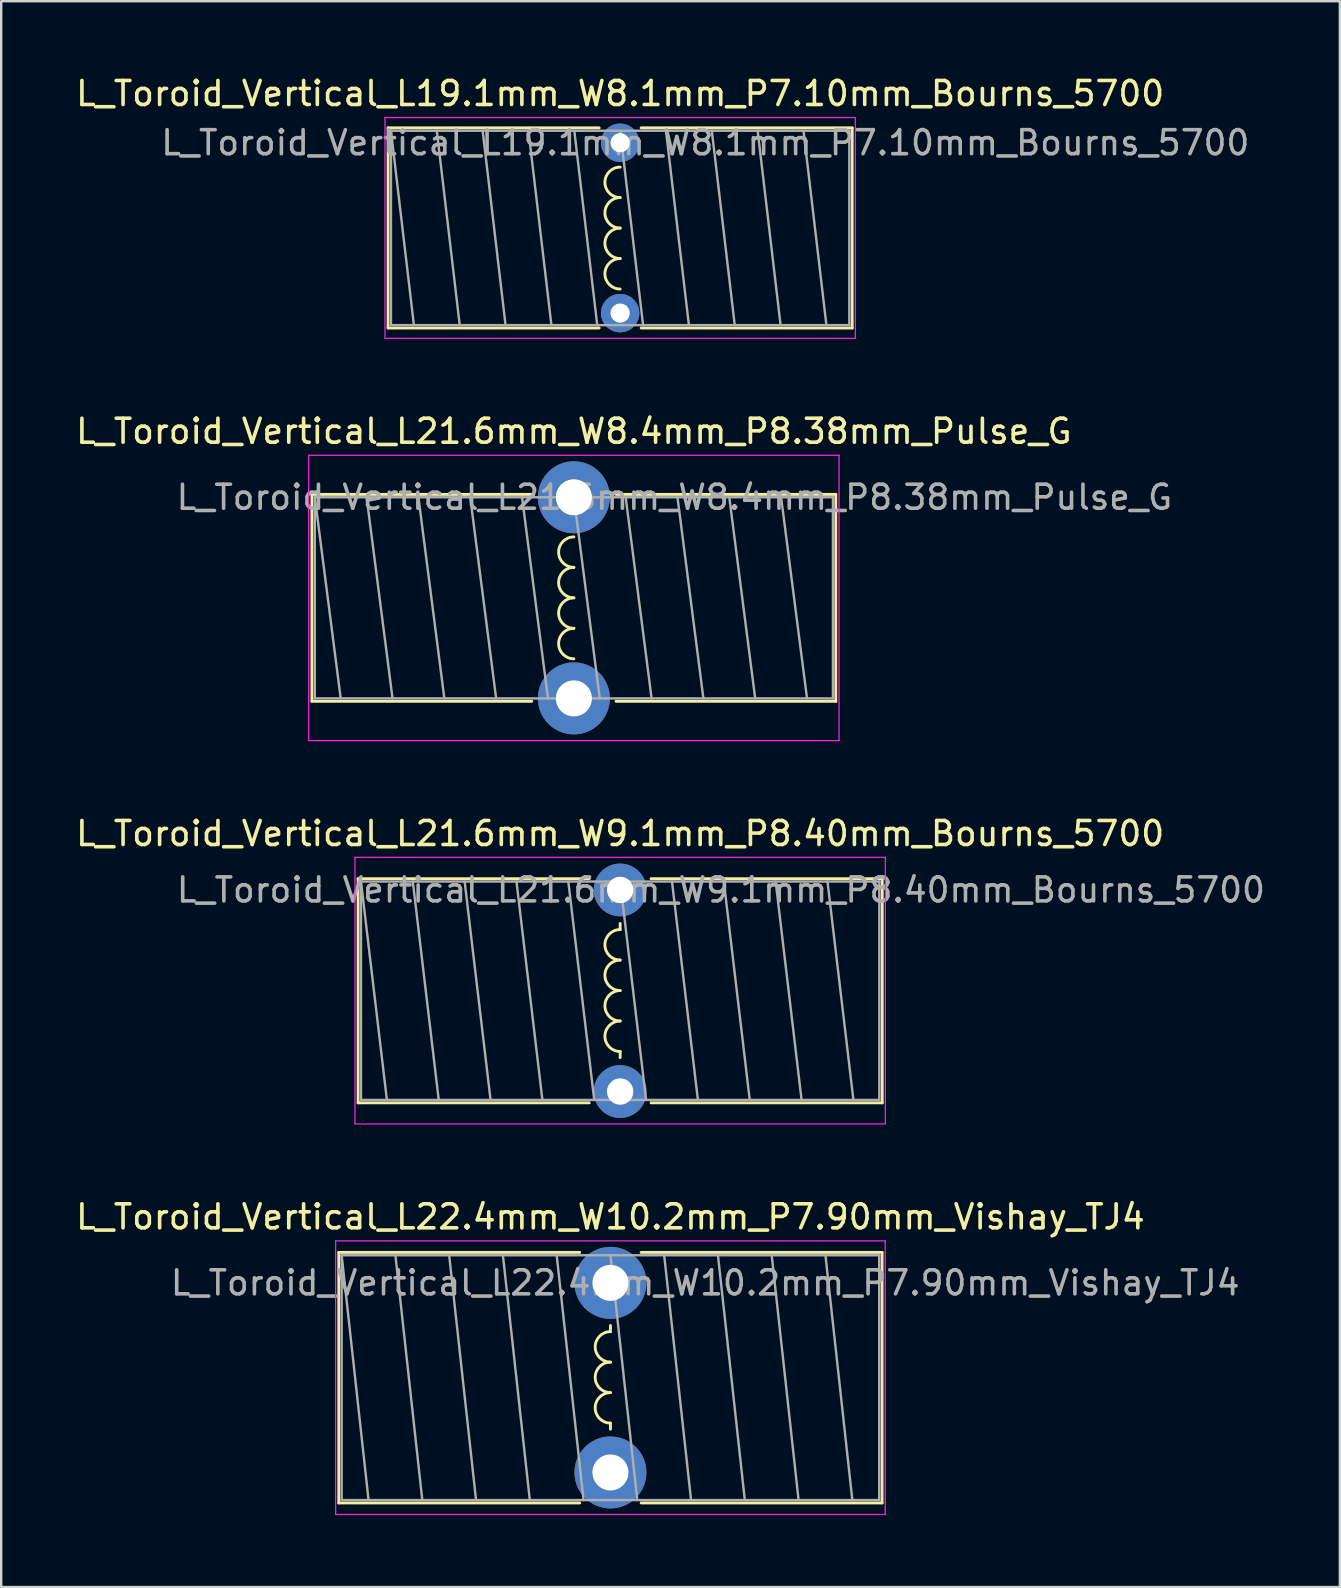
<source format=kicad_pcb>
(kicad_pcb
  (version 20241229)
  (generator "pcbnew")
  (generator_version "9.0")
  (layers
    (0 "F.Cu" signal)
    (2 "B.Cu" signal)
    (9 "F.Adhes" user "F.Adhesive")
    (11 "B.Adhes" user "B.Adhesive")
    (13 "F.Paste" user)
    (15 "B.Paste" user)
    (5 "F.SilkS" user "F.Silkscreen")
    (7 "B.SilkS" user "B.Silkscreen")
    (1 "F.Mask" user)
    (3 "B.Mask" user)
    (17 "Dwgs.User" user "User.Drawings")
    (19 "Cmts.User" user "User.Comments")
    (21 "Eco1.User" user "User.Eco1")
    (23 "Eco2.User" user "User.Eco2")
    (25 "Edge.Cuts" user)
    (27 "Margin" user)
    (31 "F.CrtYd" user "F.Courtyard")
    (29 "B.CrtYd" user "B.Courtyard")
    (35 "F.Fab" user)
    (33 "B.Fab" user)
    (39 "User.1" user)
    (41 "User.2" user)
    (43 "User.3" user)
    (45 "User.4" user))
  (footprint "L_Toroid_Vertical_L21.6mm_W9.1mm_P8.40mm_Bourns_5700"
    (layer "F.Cu")
    (at 22.792 34.035)
    (property "Reference" "L_Toroid_Vertical_L21.6mm_W9.1mm_P8.40mm_Bourns_5700" (at 0 -2.35 0) (layer "F.SilkS") (effects (font (size 1 1) (thickness 0.15))))
    (attr through_hole)
    (fp_line (start -10.92 -0.47) (end -10.92 8.87) (stroke (width 0.12) (type solid)) (layer "F.SilkS"))
    (fp_line (start -10.92 -0.47) (end -1.288 -0.47) (stroke (width 0.12) (type solid)) (layer "F.SilkS"))
    (fp_line (start -10.92 8.87) (end -1.288 8.87) (stroke (width 0.12) (type solid)) (layer "F.SilkS"))
    (fp_line (start 0 1.651) (end 0 1.397) (stroke (width 0.12) (type solid)) (layer "F.SilkS"))
    (fp_line (start 0 6.731) (end 0 6.985) (stroke (width 0.12) (type solid)) (layer "F.SilkS"))
    (fp_line (start 1.288 -0.47) (end 10.92 -0.47) (stroke (width 0.12) (type solid)) (layer "F.SilkS"))
    (fp_line (start 1.288 8.87) (end 10.92 8.87) (stroke (width 0.12) (type solid)) (layer "F.SilkS"))
    (fp_line (start 10.92 -0.47) (end 10.92 8.87) (stroke (width 0.12) (type solid)) (layer "F.SilkS"))
    (fp_arc (start 0 2.921) (mid -0.635 2.286) (end 0 1.651) (stroke (width 0.12) (type solid)) (layer "F.SilkS"))
    (fp_arc (start 0 4.191) (mid -0.635 3.556) (end 0 2.921) (stroke (width 0.12) (type solid)) (layer "F.SilkS"))
    (fp_arc (start 0 5.461) (mid -0.635 4.826) (end 0 4.191) (stroke (width 0.12) (type solid)) (layer "F.SilkS"))
    (fp_arc (start 0 6.731) (mid -0.635 6.096) (end 0 5.461) (stroke (width 0.12) (type solid)) (layer "F.SilkS"))
    (fp_line (start -11.05 -1.36) (end -11.05 9.75) (stroke (width 0.05) (type solid)) (layer "F.CrtYd"))
    (fp_line (start -11.05 9.75) (end 11.05 9.75) (stroke (width 0.05) (type solid)) (layer "F.CrtYd"))
    (fp_line (start 11.05 -1.36) (end -11.05 -1.36) (stroke (width 0.05) (type solid)) (layer "F.CrtYd"))
    (fp_line (start 11.05 9.75) (end 11.05 -1.36) (stroke (width 0.05) (type solid)) (layer "F.CrtYd"))
    (fp_line (start -10.8 -0.35) (end -10.8 8.75) (stroke (width 0.1) (type solid)) (layer "F.Fab"))
    (fp_line (start -10.8 -0.35) (end -9.72 8.75) (stroke (width 0.1) (type solid)) (layer "F.Fab"))
    (fp_line (start -10.8 8.75) (end 10.8 8.75) (stroke (width 0.1) (type solid)) (layer "F.Fab"))
    (fp_line (start -8.64 -0.35) (end -7.56 8.75) (stroke (width 0.1) (type solid)) (layer "F.Fab"))
    (fp_line (start -6.48 -0.35) (end -5.4 8.75) (stroke (width 0.1) (type solid)) (layer "F.Fab"))
    (fp_line (start -4.32 -0.35) (end -3.24 8.75) (stroke (width 0.1) (type solid)) (layer "F.Fab"))
    (fp_line (start -2.16 -0.35) (end -1.08 8.75) (stroke (width 0.1) (type solid)) (layer "F.Fab"))
    (fp_line (start 0 -0.35) (end 1.08 8.75) (stroke (width 0.1) (type solid)) (layer "F.Fab"))
    (fp_line (start 2.16 -0.35) (end 3.24 8.75) (stroke (width 0.1) (type solid)) (layer "F.Fab"))
    (fp_line (start 4.32 -0.35) (end 5.4 8.75) (stroke (width 0.1) (type solid)) (layer "F.Fab"))
    (fp_line (start 6.48 -0.35) (end 7.56 8.75) (stroke (width 0.1) (type solid)) (layer "F.Fab"))
    (fp_line (start 8.64 -0.35) (end 9.72 8.75) (stroke (width 0.1) (type solid)) (layer "F.Fab"))
    (fp_line (start 10.8 -0.35) (end -10.8 -0.35) (stroke (width 0.1) (type solid)) (layer "F.Fab"))
    (fp_line (start 10.8 8.75) (end 10.8 -0.35) (stroke (width 0.1) (type solid)) (layer "F.Fab"))
    (fp_text user "${REFERENCE}" (at 4.2 0 0) (layer "F.Fab") (effects (font (size 1 1) (thickness 0.15))))
    (pad "1" thru_hole circle (at 0 0) (size 2.2 2.2) (drill 1.1) (layers "*.Cu" "*.Mask"))
    (pad "2" thru_hole circle (at 0 8.4) (size 2.2 2.2) (drill 1.1) (layers "*.Cu" "*.Mask")))
  (footprint "L_Toroid_Vertical_L22.4mm_W10.2mm_P7.90mm_Vishay_TJ4"
    (layer "F.Cu")
    (at 22.387 50.408)
    (property "Reference" "L_Toroid_Vertical_L22.4mm_W10.2mm_P7.90mm_Vishay_TJ4" (at 0 -2.75 0) (layer "F.SilkS") (effects (font (size 1 1) (thickness 0.15))))
    (attr through_hole)
    (fp_line (start -11.32 -1.27) (end -11.32 9.17) (stroke (width 0.12) (type solid)) (layer "F.SilkS"))
    (fp_line (start -11.32 -1.27) (end -1.279 -1.27) (stroke (width 0.12) (type solid)) (layer "F.SilkS"))
    (fp_line (start -11.32 9.17) (end -1.279 9.17) (stroke (width 0.12) (type solid)) (layer "F.SilkS"))
    (fp_line (start 0 2.032) (end 0 1.778) (stroke (width 0.12) (type solid)) (layer "F.SilkS"))
    (fp_line (start 0 5.842) (end 0 6.096) (stroke (width 0.12) (type solid)) (layer "F.SilkS"))
    (fp_line (start 1.279 -1.27) (end 11.32 -1.27) (stroke (width 0.12) (type solid)) (layer "F.SilkS"))
    (fp_line (start 1.279 9.17) (end 11.32 9.17) (stroke (width 0.12) (type solid)) (layer "F.SilkS"))
    (fp_line (start 11.32 -1.27) (end 11.32 9.17) (stroke (width 0.12) (type solid)) (layer "F.SilkS"))
    (fp_arc (start 0 3.302) (mid -0.635 2.667) (end 0 2.032) (stroke (width 0.12) (type solid)) (layer "F.SilkS"))
    (fp_arc (start 0 4.572) (mid -0.635 3.937) (end 0 3.302) (stroke (width 0.12) (type solid)) (layer "F.SilkS"))
    (fp_arc (start 0 5.842) (mid -0.635 5.207) (end 0 4.572) (stroke (width 0.12) (type solid)) (layer "F.SilkS"))
    (fp_line (start -11.45 -1.75) (end -11.45 9.65) (stroke (width 0.05) (type solid)) (layer "F.CrtYd"))
    (fp_line (start -11.45 9.65) (end 11.45 9.65) (stroke (width 0.05) (type solid)) (layer "F.CrtYd"))
    (fp_line (start 11.45 -1.75) (end -11.45 -1.75) (stroke (width 0.05) (type solid)) (layer "F.CrtYd"))
    (fp_line (start 11.45 9.65) (end 11.45 -1.75) (stroke (width 0.05) (type solid)) (layer "F.CrtYd"))
    (fp_line (start -11.2 -1.15) (end -11.2 9.05) (stroke (width 0.1) (type solid)) (layer "F.Fab"))
    (fp_line (start -11.2 -1.15) (end -10.08 9.05) (stroke (width 0.1) (type solid)) (layer "F.Fab"))
    (fp_line (start -11.2 9.05) (end 11.2 9.05) (stroke (width 0.1) (type solid)) (layer "F.Fab"))
    (fp_line (start -8.96 -1.15) (end -7.84 9.05) (stroke (width 0.1) (type solid)) (layer "F.Fab"))
    (fp_line (start -6.72 -1.15) (end -5.6 9.05) (stroke (width 0.1) (type solid)) (layer "F.Fab"))
    (fp_line (start -4.48 -1.15) (end -3.36 9.05) (stroke (width 0.1) (type solid)) (layer "F.Fab"))
    (fp_line (start -2.24 -1.15) (end -1.12 9.05) (stroke (width 0.1) (type solid)) (layer "F.Fab"))
    (fp_line (start 0 -1.15) (end 1.12 9.05) (stroke (width 0.1) (type solid)) (layer "F.Fab"))
    (fp_line (start 2.24 -1.15) (end 3.36 9.05) (stroke (width 0.1) (type solid)) (layer "F.Fab"))
    (fp_line (start 4.48 -1.15) (end 5.6 9.05) (stroke (width 0.1) (type solid)) (layer "F.Fab"))
    (fp_line (start 6.72 -1.15) (end 7.84 9.05) (stroke (width 0.1) (type solid)) (layer "F.Fab"))
    (fp_line (start 8.96 -1.15) (end 10.08 9.05) (stroke (width 0.1) (type solid)) (layer "F.Fab"))
    (fp_line (start 11.2 -1.15) (end -11.2 -1.15) (stroke (width 0.1) (type solid)) (layer "F.Fab"))
    (fp_line (start 11.2 9.05) (end 11.2 -1.15) (stroke (width 0.1) (type solid)) (layer "F.Fab"))
    (fp_text user "${REFERENCE}" (at 3.95 0 0) (layer "F.Fab") (effects (font (size 1 1) (thickness 0.15))))
    (pad "1" thru_hole circle (at 0 0) (size 3 3) (drill 1.5) (layers "*.Cu" "*.Mask"))
    (pad "2" thru_hole circle (at 0 7.9) (size 3 3) (drill 1.5) (layers "*.Cu" "*.Mask")))
  (footprint "L_Toroid_Vertical_L21.6mm_W8.4mm_P8.38mm_Pulse_G"
    (layer "F.Cu")
    (at 20.863 17.672)
    (property "Reference" "L_Toroid_Vertical_L21.6mm_W8.4mm_P8.38mm_Pulse_G" (at 0 -2.75 0) (layer "F.SilkS") (effects (font (size 1 1) (thickness 0.15))))
    (attr through_hole)
    (fp_line (start -10.915 -0.12) (end -10.915 8.5) (stroke (width 0.12) (type solid)) (layer "F.SilkS"))
    (fp_line (start -10.915 -0.12) (end -1.755 -0.12) (stroke (width 0.12) (type solid)) (layer "F.SilkS"))
    (fp_line (start -10.915 8.5) (end -1.755 8.5) (stroke (width 0.12) (type solid)) (layer "F.SilkS"))
    (fp_line (start 1.755 -0.12) (end 10.915 -0.12) (stroke (width 0.12) (type solid)) (layer "F.SilkS"))
    (fp_line (start 1.755 8.5) (end 10.915 8.5) (stroke (width 0.12) (type solid)) (layer "F.SilkS"))
    (fp_line (start 10.915 -0.12) (end 10.915 8.5) (stroke (width 0.12) (type solid)) (layer "F.SilkS"))
    (fp_arc (start 0 2.921) (mid -0.635 2.286) (end 0 1.651) (stroke (width 0.12) (type solid)) (layer "F.SilkS"))
    (fp_arc (start 0 4.191) (mid -0.635 3.556) (end 0 2.921) (stroke (width 0.12) (type solid)) (layer "F.SilkS"))
    (fp_arc (start 0 5.461) (mid -0.635 4.826) (end 0 4.191) (stroke (width 0.12) (type solid)) (layer "F.SilkS"))
    (fp_arc (start 0 6.731) (mid -0.635 6.096) (end 0 5.461) (stroke (width 0.12) (type solid)) (layer "F.SilkS"))
    (fp_line (start -11.05 -1.75) (end -11.05 10.14) (stroke (width 0.05) (type solid)) (layer "F.CrtYd"))
    (fp_line (start -11.05 10.14) (end 11.05 10.14) (stroke (width 0.05) (type solid)) (layer "F.CrtYd"))
    (fp_line (start 11.05 -1.75) (end -11.05 -1.75) (stroke (width 0.05) (type solid)) (layer "F.CrtYd"))
    (fp_line (start 11.05 10.14) (end 11.05 -1.75) (stroke (width 0.05) (type solid)) (layer "F.CrtYd"))
    (fp_line (start -10.795 0) (end -10.795 8.38) (stroke (width 0.1) (type solid)) (layer "F.Fab"))
    (fp_line (start -10.795 0) (end -9.716 8.38) (stroke (width 0.1) (type solid)) (layer "F.Fab"))
    (fp_line (start -10.795 8.38) (end 10.795 8.38) (stroke (width 0.1) (type solid)) (layer "F.Fab"))
    (fp_line (start -8.636 0) (end -7.556 8.38) (stroke (width 0.1) (type solid)) (layer "F.Fab"))
    (fp_line (start -6.477 0) (end -5.397 8.38) (stroke (width 0.1) (type solid)) (layer "F.Fab"))
    (fp_line (start -4.318 0) (end -3.239 8.38) (stroke (width 0.1) (type solid)) (layer "F.Fab"))
    (fp_line (start -2.159 0) (end -1.079 8.38) (stroke (width 0.1) (type solid)) (layer "F.Fab"))
    (fp_line (start 0 0) (end 1.079 8.38) (stroke (width 0.1) (type solid)) (layer "F.Fab"))
    (fp_line (start 2.159 0) (end 3.239 8.38) (stroke (width 0.1) (type solid)) (layer "F.Fab"))
    (fp_line (start 4.318 0) (end 5.397 8.38) (stroke (width 0.1) (type solid)) (layer "F.Fab"))
    (fp_line (start 6.477 0) (end 7.556 8.38) (stroke (width 0.1) (type solid)) (layer "F.Fab"))
    (fp_line (start 8.636 0) (end 9.716 8.38) (stroke (width 0.1) (type solid)) (layer "F.Fab"))
    (fp_line (start 10.795 0) (end -10.795 0) (stroke (width 0.1) (type solid)) (layer "F.Fab"))
    (fp_line (start 10.795 8.38) (end 10.795 0) (stroke (width 0.1) (type solid)) (layer "F.Fab"))
    (fp_text user "${REFERENCE}" (at 4.19 0 0) (layer "F.Fab") (effects (font (size 1 1) (thickness 0.15))))
    (pad "1" thru_hole circle (at 0 0) (size 3 3) (drill 1.5) (layers "*.Cu" "*.Mask"))
    (pad "2" thru_hole circle (at 0 8.38) (size 3 3) (drill 1.5) (layers "*.Cu" "*.Mask")))
  (footprint "L_Toroid_Vertical_L19.1mm_W8.1mm_P7.10mm_Bourns_5700"
    (layer "F.Cu")
    (at 22.792 2.898)
    (property "Reference" "L_Toroid_Vertical_L19.1mm_W8.1mm_P7.10mm_Bourns_5700" (at 0 -2.05 0) (layer "F.SilkS") (effects (font (size 1 1) (thickness 0.15))))
    (attr through_hole)
    (fp_line (start -9.67 -0.62) (end -9.67 7.72) (stroke (width 0.12) (type solid)) (layer "F.SilkS"))
    (fp_line (start -9.67 -0.62) (end -0.875 -0.62) (stroke (width 0.12) (type solid)) (layer "F.SilkS"))
    (fp_line (start -9.67 7.72) (end -0.875 7.72) (stroke (width 0.12) (type solid)) (layer "F.SilkS"))
    (fp_line (start 0.875 -0.62) (end 9.67 -0.62) (stroke (width 0.12) (type solid)) (layer "F.SilkS"))
    (fp_line (start 0.875 7.72) (end 9.67 7.72) (stroke (width 0.12) (type solid)) (layer "F.SilkS"))
    (fp_line (start 9.67 -0.62) (end 9.67 7.72) (stroke (width 0.12) (type solid)) (layer "F.SilkS"))
    (fp_arc (start 0 2.286) (mid -0.635 1.651) (end 0 1.016) (stroke (width 0.12) (type solid)) (layer "F.SilkS"))
    (fp_arc (start 0 3.556) (mid -0.635 2.921) (end 0 2.286) (stroke (width 0.12) (type solid)) (layer "F.SilkS"))
    (fp_arc (start 0 4.826) (mid -0.635 4.191) (end 0 3.556) (stroke (width 0.12) (type solid)) (layer "F.SilkS"))
    (fp_arc (start 0 6.096) (mid -0.635 5.461) (end 0 4.826) (stroke (width 0.12) (type solid)) (layer "F.SilkS"))
    (fp_line (start -9.8 -1.05) (end -9.8 8.15) (stroke (width 0.05) (type solid)) (layer "F.CrtYd"))
    (fp_line (start -9.8 8.15) (end 9.8 8.15) (stroke (width 0.05) (type solid)) (layer "F.CrtYd"))
    (fp_line (start 9.8 -1.05) (end -9.8 -1.05) (stroke (width 0.05) (type solid)) (layer "F.CrtYd"))
    (fp_line (start 9.8 8.15) (end 9.8 -1.05) (stroke (width 0.05) (type solid)) (layer "F.CrtYd"))
    (fp_line (start -9.55 -0.5) (end -9.55 7.6) (stroke (width 0.1) (type solid)) (layer "F.Fab"))
    (fp_line (start -9.55 -0.5) (end -8.595 7.6) (stroke (width 0.1) (type solid)) (layer "F.Fab"))
    (fp_line (start -9.55 7.6) (end 9.55 7.6) (stroke (width 0.1) (type solid)) (layer "F.Fab"))
    (fp_line (start -7.64 -0.5) (end -6.685 7.6) (stroke (width 0.1) (type solid)) (layer "F.Fab"))
    (fp_line (start -5.73 -0.5) (end -4.775 7.6) (stroke (width 0.1) (type solid)) (layer "F.Fab"))
    (fp_line (start -3.82 -0.5) (end -2.865 7.6) (stroke (width 0.1) (type solid)) (layer "F.Fab"))
    (fp_line (start -1.91 -0.5) (end -0.955 7.6) (stroke (width 0.1) (type solid)) (layer "F.Fab"))
    (fp_line (start 0 -0.5) (end 0.955 7.6) (stroke (width 0.1) (type solid)) (layer "F.Fab"))
    (fp_line (start 1.91 -0.5) (end 2.865 7.6) (stroke (width 0.1) (type solid)) (layer "F.Fab"))
    (fp_line (start 3.82 -0.5) (end 4.775 7.6) (stroke (width 0.1) (type solid)) (layer "F.Fab"))
    (fp_line (start 5.73 -0.5) (end 6.685 7.6) (stroke (width 0.1) (type solid)) (layer "F.Fab"))
    (fp_line (start 7.64 -0.5) (end 8.595 7.6) (stroke (width 0.1) (type solid)) (layer "F.Fab"))
    (fp_line (start 9.55 -0.5) (end -9.55 -0.5) (stroke (width 0.1) (type solid)) (layer "F.Fab"))
    (fp_line (start 9.55 7.6) (end 9.55 -0.5) (stroke (width 0.1) (type solid)) (layer "F.Fab"))
    (fp_text user "${REFERENCE}" (at 3.55 0 0) (layer "F.Fab") (effects (font (size 1 1) (thickness 0.15))))
    (pad "1" thru_hole circle (at 0 0) (size 1.6 1.6) (drill 0.8) (layers "*.Cu" "*.Mask"))
    (pad "2" thru_hole circle (at 0 7.1) (size 1.6 1.6) (drill 0.8) (layers "*.Cu" "*.Mask")))
  (gr_rect
    (start -3 -3)
    (end 52.783 63.083)
    (stroke (width 0.1) (type default))
    (fill no)
    (layer "Edge.Cuts")))
</source>
